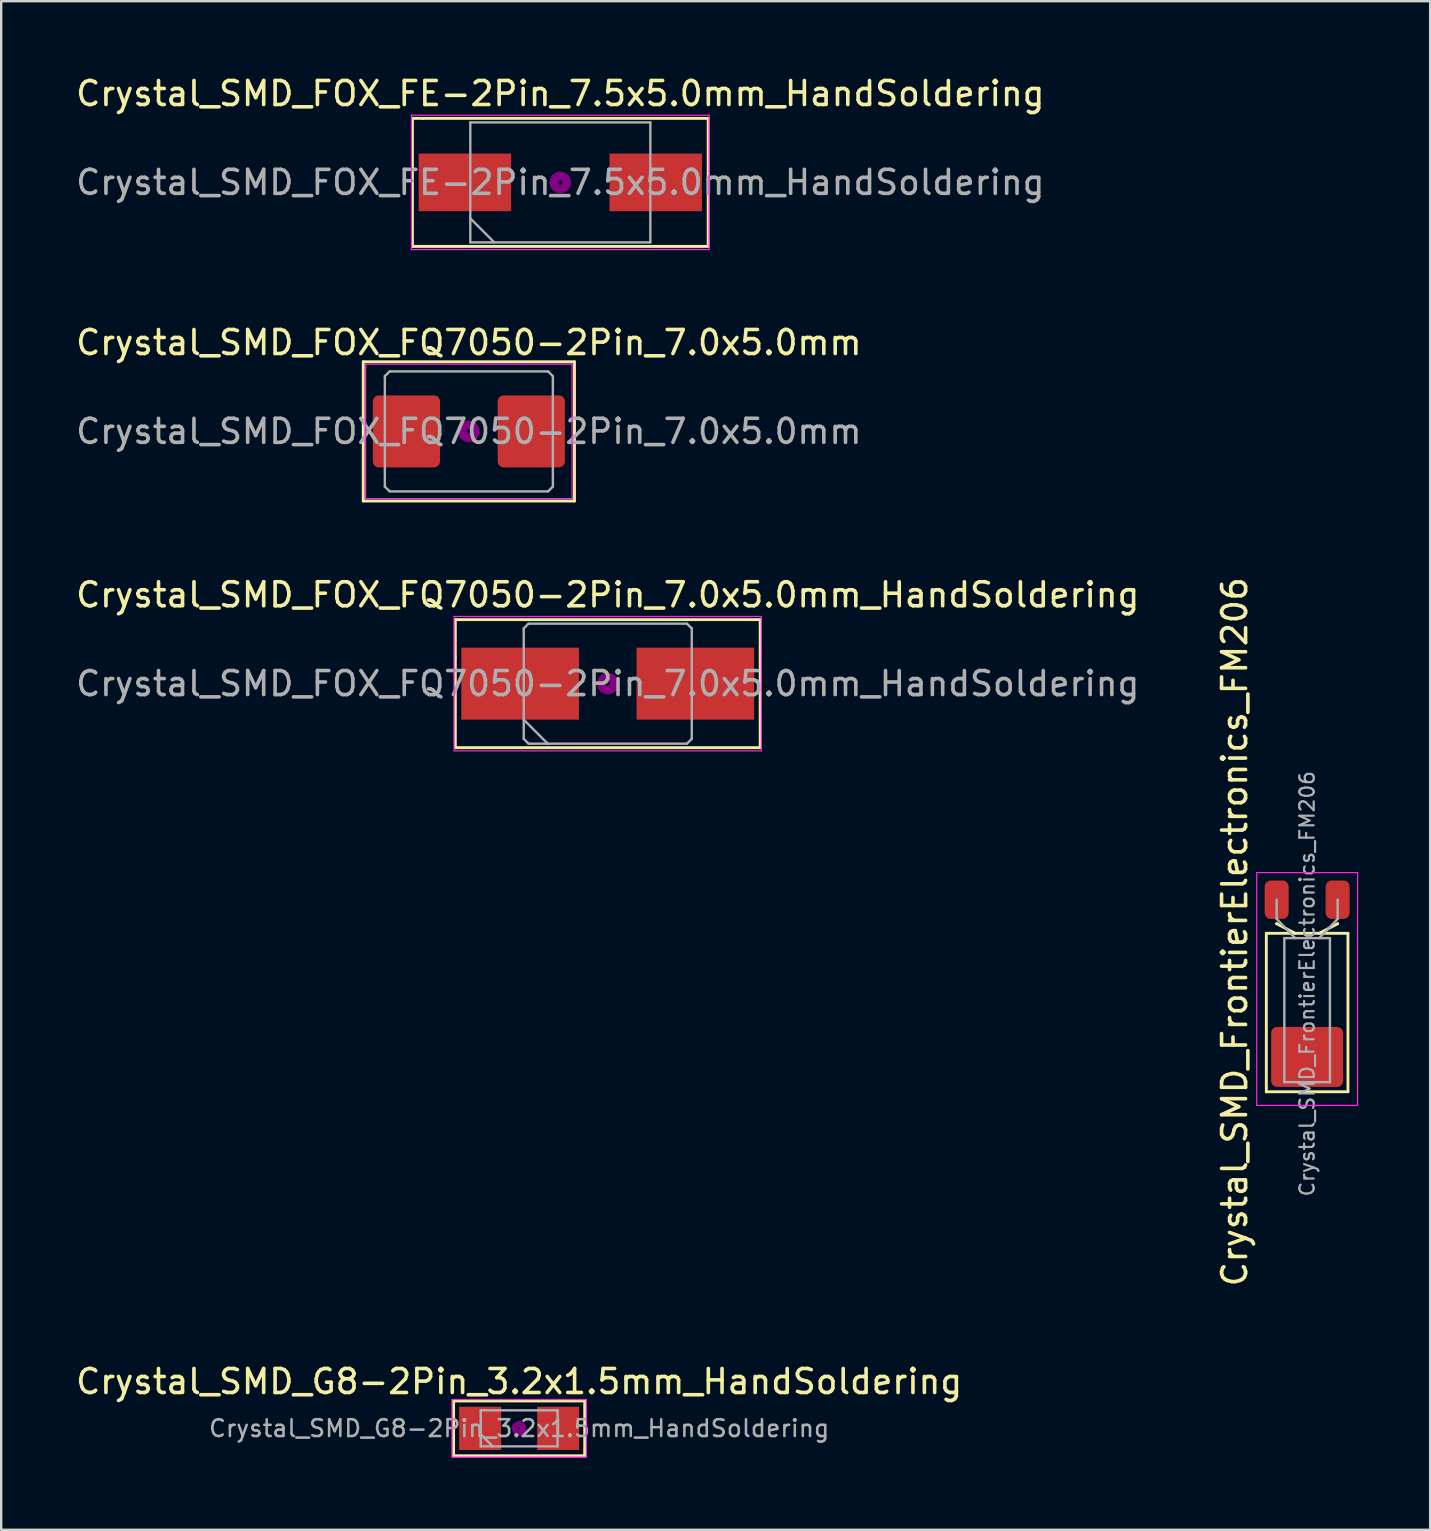
<source format=kicad_pcb>
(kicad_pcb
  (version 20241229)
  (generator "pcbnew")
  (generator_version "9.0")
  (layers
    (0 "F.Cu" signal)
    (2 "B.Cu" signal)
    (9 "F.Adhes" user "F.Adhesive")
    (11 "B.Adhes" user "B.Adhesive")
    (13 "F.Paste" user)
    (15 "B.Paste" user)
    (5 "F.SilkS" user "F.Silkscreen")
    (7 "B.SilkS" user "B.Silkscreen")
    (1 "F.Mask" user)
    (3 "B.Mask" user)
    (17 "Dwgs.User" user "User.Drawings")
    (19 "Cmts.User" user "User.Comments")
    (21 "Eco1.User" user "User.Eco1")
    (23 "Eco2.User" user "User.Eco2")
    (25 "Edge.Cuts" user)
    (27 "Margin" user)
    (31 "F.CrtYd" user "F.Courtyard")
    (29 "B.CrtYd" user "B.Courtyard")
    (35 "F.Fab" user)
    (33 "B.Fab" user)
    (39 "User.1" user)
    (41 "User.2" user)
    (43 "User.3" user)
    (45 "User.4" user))
  (footprint "Crystal_SMD_FOX_FE-2Pin_7.5x5.0mm_HandSoldering"
    (layer "F.Cu")
    (at 20.292 4.548)
    (property "Reference" "Crystal_SMD_FOX_FE-2Pin_7.5x5.0mm_HandSoldering" (at 0 -3.7 0) (layer "F.SilkS") (effects (font (size 1 1) (thickness 0.15))))
    (attr smd)
    (fp_line (start -6.16 -2.667) (end -6.16 2.667) (stroke (width 0.12) (type solid)) (layer "F.SilkS"))
    (fp_line (start -6.16 2.667) (end 6.16 2.667) (stroke (width 0.12) (type solid)) (layer "F.SilkS"))
    (fp_line (start -5.715 -2.667) (end -6.16 -2.667) (stroke (width 0.12) (type solid)) (layer "F.SilkS"))
    (fp_line (start 6.16 -2.667) (end -5.715 -2.667) (stroke (width 0.12) (type solid)) (layer "F.SilkS"))
    (fp_line (start 6.16 2.667) (end 6.16 -2.667) (stroke (width 0.12) (type solid)) (layer "F.SilkS"))
    (fp_circle (center 0 0) (end 0.093 0) (stroke (width 0.187) (type solid)) (fill no) (layer "F.Adhes"))
    (fp_circle (center 0 0) (end 0.213 0) (stroke (width 0.133) (type solid)) (fill no) (layer "F.Adhes"))
    (fp_circle (center 0 0) (end 0.333 0) (stroke (width 0.133) (type solid)) (fill no) (layer "F.Adhes"))
    (fp_circle (center 0 0) (end 0.4 0) (stroke (width 0.1) (type solid)) (fill no) (layer "F.Adhes"))
    (fp_line (start -6.2 -2.8) (end -6.2 2.8) (stroke (width 0.05) (type solid)) (layer "F.CrtYd"))
    (fp_line (start -6.2 2.8) (end 6.2 2.8) (stroke (width 0.05) (type solid)) (layer "F.CrtYd"))
    (fp_line (start 6.2 -2.8) (end -6.2 -2.8) (stroke (width 0.05) (type solid)) (layer "F.CrtYd"))
    (fp_line (start 6.2 2.8) (end 6.2 -2.8) (stroke (width 0.05) (type solid)) (layer "F.CrtYd"))
    (fp_line (start -3.75 -2.5) (end -3.75 2.5) (stroke (width 0.1) (type solid)) (layer "F.Fab"))
    (fp_line (start -3.75 1.5) (end -2.75 2.5) (stroke (width 0.1) (type solid)) (layer "F.Fab"))
    (fp_line (start -3.75 2.5) (end 3.75 2.5) (stroke (width 0.1) (type solid)) (layer "F.Fab"))
    (fp_line (start 3.75 -2.5) (end -3.75 -2.5) (stroke (width 0.1) (type solid)) (layer "F.Fab"))
    (fp_line (start 3.75 2.5) (end 3.75 -2.5) (stroke (width 0.1) (type solid)) (layer "F.Fab"))
    (fp_text user "${REFERENCE}" (at 0 0 0) (layer "F.Fab") (effects (font (size 1 1) (thickness 0.15))))
    (pad "1" smd rect (at -3.975 0) (size 3.85 2.4) (layers "F.Cu" "F.Mask" "F.Paste"))
    (pad "2" smd rect (at 3.975 0) (size 3.85 2.4) (layers "F.Cu" "F.Mask" "F.Paste")))
  (footprint "Crystal_SMD_FOX_FQ7050-2Pin_7.0x5.0mm_HandSoldering"
    (layer "F.Cu")
    (at 22.268 25.43)
    (property "Reference" "Crystal_SMD_FOX_FQ7050-2Pin_7.0x5.0mm_HandSoldering" (at 0 -3.7 0) (layer "F.SilkS") (effects (font (size 1 1) (thickness 0.15))))
    (attr smd)
    (fp_line (start -6.35 -2.667) (end -6.35 -1.079) (stroke (width 0.12) (type solid)) (layer "F.SilkS"))
    (fp_line (start -6.35 -1.079) (end -6.35 2.667) (stroke (width 0.12) (type solid)) (layer "F.SilkS"))
    (fp_line (start -6.35 2.667) (end 6.35 2.667) (stroke (width 0.12) (type solid)) (layer "F.SilkS"))
    (fp_line (start 6.35 -2.667) (end -6.35 -2.667) (stroke (width 0.12) (type solid)) (layer "F.SilkS"))
    (fp_line (start 6.35 2.667) (end 6.35 -2.667) (stroke (width 0.12) (type solid)) (layer "F.SilkS"))
    (fp_circle (center 0 0) (end 0.093 0) (stroke (width 0.187) (type solid)) (fill no) (layer "F.Adhes"))
    (fp_circle (center 0 0) (end 0.213 0) (stroke (width 0.133) (type solid)) (fill no) (layer "F.Adhes"))
    (fp_circle (center 0 0) (end 0.333 0) (stroke (width 0.133) (type solid)) (fill no) (layer "F.Adhes"))
    (fp_circle (center 0 0) (end 0.4 0) (stroke (width 0.1) (type solid)) (fill no) (layer "F.Adhes"))
    (fp_line (start -6.4 -2.8) (end -6.4 2.8) (stroke (width 0.05) (type solid)) (layer "F.CrtYd"))
    (fp_line (start -6.4 2.8) (end 6.4 2.8) (stroke (width 0.05) (type solid)) (layer "F.CrtYd"))
    (fp_line (start 6.4 -2.8) (end -6.4 -2.8) (stroke (width 0.05) (type solid)) (layer "F.CrtYd"))
    (fp_line (start 6.4 2.8) (end 6.4 -2.8) (stroke (width 0.05) (type solid)) (layer "F.CrtYd"))
    (fp_line (start -3.5 -2.3) (end -3.3 -2.5) (stroke (width 0.1) (type solid)) (layer "F.Fab"))
    (fp_line (start -3.5 1.5) (end -2.5 2.5) (stroke (width 0.1) (type solid)) (layer "F.Fab"))
    (fp_line (start -3.5 2.3) (end -3.5 -2.3) (stroke (width 0.1) (type solid)) (layer "F.Fab"))
    (fp_line (start -3.3 -2.5) (end 3.3 -2.5) (stroke (width 0.1) (type solid)) (layer "F.Fab"))
    (fp_line (start -3.3 2.5) (end -3.5 2.3) (stroke (width 0.1) (type solid)) (layer "F.Fab"))
    (fp_line (start 3.3 -2.5) (end 3.5 -2.3) (stroke (width 0.1) (type solid)) (layer "F.Fab"))
    (fp_line (start 3.3 2.5) (end -3.3 2.5) (stroke (width 0.1) (type solid)) (layer "F.Fab"))
    (fp_line (start 3.5 -2.3) (end 3.5 2.3) (stroke (width 0.1) (type solid)) (layer "F.Fab"))
    (fp_line (start 3.5 2.3) (end 3.3 2.5) (stroke (width 0.1) (type solid)) (layer "F.Fab"))
    (fp_text user "${REFERENCE}" (at 0 0 0) (layer "F.Fab") (effects (font (size 1 1) (thickness 0.15))))
    (pad "1" smd rect (at -3.65 0) (size 4.9 3) (layers "F.Cu" "F.Mask" "F.Paste"))
    (pad "2" smd rect (at 3.65 0) (size 4.9 3) (layers "F.Cu" "F.Mask" "F.Paste")))
  (footprint "Crystal_SMD_G8-2Pin_3.2x1.5mm_HandSoldering"
    (layer "F.Cu")
    (at 18.577 56.454)
    (property "Reference" "Crystal_SMD_G8-2Pin_3.2x1.5mm_HandSoldering" (at 0 -1.95 0) (layer "F.SilkS") (effects (font (size 1 1) (thickness 0.15))))
    (attr smd)
    (fp_line (start -2.731 -1.143) (end -2.731 1.143) (stroke (width 0.12) (type solid)) (layer "F.SilkS"))
    (fp_line (start -2.731 1.143) (end 2.731 1.143) (stroke (width 0.12) (type solid)) (layer "F.SilkS"))
    (fp_line (start 2.731 -1.143) (end -2.731 -1.143) (stroke (width 0.12) (type solid)) (layer "F.SilkS"))
    (fp_line (start 2.731 1.143) (end 2.731 -1.143) (stroke (width 0.12) (type solid)) (layer "F.SilkS"))
    (fp_circle (center 0 0) (end 0.058 0) (stroke (width 0.117) (type solid)) (fill no) (layer "F.Adhes"))
    (fp_circle (center 0 0) (end 0.133 0) (stroke (width 0.083) (type solid)) (fill no) (layer "F.Adhes"))
    (fp_circle (center 0 0) (end 0.208 0) (stroke (width 0.083) (type solid)) (fill no) (layer "F.Adhes"))
    (fp_circle (center 0 0) (end 0.25 0) (stroke (width 0.1) (type solid)) (fill no) (layer "F.Adhes"))
    (fp_line (start -2.8 -1.2) (end -2.8 1.2) (stroke (width 0.05) (type solid)) (layer "F.CrtYd"))
    (fp_line (start -2.8 1.2) (end 2.8 1.2) (stroke (width 0.05) (type solid)) (layer "F.CrtYd"))
    (fp_line (start 2.8 -1.2) (end -2.8 -1.2) (stroke (width 0.05) (type solid)) (layer "F.CrtYd"))
    (fp_line (start 2.8 1.2) (end 2.8 -1.2) (stroke (width 0.05) (type solid)) (layer "F.CrtYd"))
    (fp_line (start -1.6 -0.75) (end -1.6 0.75) (stroke (width 0.1) (type solid)) (layer "F.Fab"))
    (fp_line (start -1.6 0.25) (end -1.1 0.75) (stroke (width 0.1) (type solid)) (layer "F.Fab"))
    (fp_line (start -1.6 0.75) (end 1.6 0.75) (stroke (width 0.1) (type solid)) (layer "F.Fab"))
    (fp_line (start 1.6 -0.75) (end -1.6 -0.75) (stroke (width 0.1) (type solid)) (layer "F.Fab"))
    (fp_line (start 1.6 0.75) (end 1.6 -0.75) (stroke (width 0.1) (type solid)) (layer "F.Fab"))
    (fp_text user "${REFERENCE}" (at 0 0 0) (layer "F.Fab") (effects (font (size 0.7 0.7) (thickness 0.105))))
    (pad "1" smd rect (at -1.625 0) (size 1.75 1.8) (layers "F.Cu" "F.Mask" "F.Paste"))
    (pad "2" smd rect (at 1.625 0) (size 1.75 1.8) (layers "F.Cu" "F.Mask" "F.Paste")))
  (footprint "Crystal_SMD_FOX_FQ7050-2Pin_7.0x5.0mm"
    (layer "F.Cu")
    (at 16.482 14.921)
    (property "Reference" "Crystal_SMD_FOX_FQ7050-2Pin_7.0x5.0mm" (at 0 -3.7 0) (layer "F.SilkS") (effects (font (size 1 1) (thickness 0.15))))
    (attr smd)
    (fp_line (start -4.4 -2.9) (end -4.4 2.9) (stroke (width 0.12) (type solid)) (layer "F.SilkS"))
    (fp_line (start -4.4 2.9) (end 4.4 2.9) (stroke (width 0.12) (type solid)) (layer "F.SilkS"))
    (fp_line (start 4.4 -2.9) (end -4.4 -2.9) (stroke (width 0.12) (type solid)) (layer "F.SilkS"))
    (fp_line (start 4.4 2.9) (end 4.4 -2.9) (stroke (width 0.12) (type solid)) (layer "F.SilkS"))
    (fp_circle (center 0 0) (end 0.093 0) (stroke (width 0.187) (type solid)) (fill no) (layer "F.Adhes"))
    (fp_circle (center 0 0) (end 0.213 0) (stroke (width 0.133) (type solid)) (fill no) (layer "F.Adhes"))
    (fp_circle (center 0 0) (end 0.333 0) (stroke (width 0.133) (type solid)) (fill no) (layer "F.Adhes"))
    (fp_circle (center 0 0) (end 0.4 0) (stroke (width 0.1) (type solid)) (fill no) (layer "F.Adhes"))
    (fp_line (start -4.3 -2.8) (end -4.3 2.8) (stroke (width 0.05) (type solid)) (layer "F.CrtYd"))
    (fp_line (start -4.3 2.8) (end 4.3 2.8) (stroke (width 0.05) (type solid)) (layer "F.CrtYd"))
    (fp_line (start 4.3 -2.8) (end -4.3 -2.8) (stroke (width 0.05) (type solid)) (layer "F.CrtYd"))
    (fp_line (start 4.3 2.8) (end 4.3 -2.8) (stroke (width 0.05) (type solid)) (layer "F.CrtYd"))
    (fp_line (start -3.5 -2.3) (end -3.3 -2.5) (stroke (width 0.1) (type solid)) (layer "F.Fab"))
    (fp_line (start -3.5 2.3) (end -3.5 -2.3) (stroke (width 0.1) (type solid)) (layer "F.Fab"))
    (fp_line (start -3.3 -2.5) (end 3.3 -2.5) (stroke (width 0.1) (type solid)) (layer "F.Fab"))
    (fp_line (start -3.3 2.5) (end -3.5 2.3) (stroke (width 0.1) (type solid)) (layer "F.Fab"))
    (fp_line (start 3.3 -2.5) (end 3.5 -2.3) (stroke (width 0.1) (type solid)) (layer "F.Fab"))
    (fp_line (start 3.3 2.5) (end -3.3 2.5) (stroke (width 0.1) (type solid)) (layer "F.Fab"))
    (fp_line (start 3.5 -2.3) (end 3.5 2.3) (stroke (width 0.1) (type solid)) (layer "F.Fab"))
    (fp_line (start 3.5 2.3) (end 3.3 2.5) (stroke (width 0.1) (type solid)) (layer "F.Fab"))
    (fp_text user "${REFERENCE}" (at 0 0 0) (layer "F.Fab") (effects (font (size 1 1) (thickness 0.15))))
    (pad "1" smd roundrect (at -2.6 0) (size 2.8 3) (layers "F.Cu" "F.Mask" "F.Paste") (roundrect_rratio 0.089))
    (pad "2" smd roundrect (at 2.6 0) (size 2.8 3) (layers "F.Cu" "F.Mask" "F.Paste") (roundrect_rratio 0.089)))
  (footprint "Crystal_SMD_FrontierElectronics_FM206"
    (layer "F.Cu")
    (at 51.404 37.931)
    (property "Reference" "Crystal_SMD_FrontierElectronics_FM206" (at -3.02 -2.163 90) (layer "F.SilkS") (effects (font (size 1 1) (thickness 0.15))))
    (attr smd)
    (fp_line (start -1.7 -2.1) (end -1.7 4.5) (stroke (width 0.12) (type solid)) (layer "F.SilkS"))
    (fp_line (start -1.7 4.5) (end 1.7 4.5) (stroke (width 0.12) (type solid)) (layer "F.SilkS"))
    (fp_line (start -1.27 -2.5) (end -1.27 -2.5) (stroke (width 0.12) (type solid)) (layer "F.SilkS"))
    (fp_line (start -0.5 -2.1) (end -1.27 -2.5) (stroke (width 0.12) (type solid)) (layer "F.SilkS"))
    (fp_line (start 0.5 -2.1) (end 1.27 -2.5) (stroke (width 0.12) (type solid)) (layer "F.SilkS"))
    (fp_line (start 1.27 -2.5) (end 1.27 -2.5) (stroke (width 0.12) (type solid)) (layer "F.SilkS"))
    (fp_line (start 1.7 -2.1) (end -1.7 -2.1) (stroke (width 0.12) (type solid)) (layer "F.SilkS"))
    (fp_line (start 1.7 4.5) (end 1.7 -2.1) (stroke (width 0.12) (type solid)) (layer "F.SilkS"))
    (fp_line (start -2.1 -4.63) (end -2.1 5.07) (stroke (width 0.05) (type solid)) (layer "F.CrtYd"))
    (fp_line (start -2.1 5.07) (end 2.1 5.07) (stroke (width 0.05) (type solid)) (layer "F.CrtYd"))
    (fp_line (start 2.1 -4.63) (end -2.1 -4.63) (stroke (width 0.05) (type solid)) (layer "F.CrtYd"))
    (fp_line (start 2.1 5.07) (end 2.1 -4.63) (stroke (width 0.05) (type solid)) (layer "F.CrtYd"))
    (fp_line (start -1.27 -2.7) (end -1.27 -3.5) (stroke (width 0.1) (type solid)) (layer "F.Fab"))
    (fp_line (start -0.95 -1.9) (end -0.95 4.1) (stroke (width 0.1) (type solid)) (layer "F.Fab"))
    (fp_line (start -0.95 4.1) (end 0.95 4.1) (stroke (width 0.1) (type solid)) (layer "F.Fab"))
    (fp_line (start -0.5 -1.9) (end -1.27 -2.7) (stroke (width 0.1) (type solid)) (layer "F.Fab"))
    (fp_line (start 0.5 -1.9) (end 1.27 -2.7) (stroke (width 0.1) (type solid)) (layer "F.Fab"))
    (fp_line (start 0.95 -1.9) (end -0.95 -1.9) (stroke (width 0.1) (type solid)) (layer "F.Fab"))
    (fp_line (start 0.95 4.1) (end 0.95 -1.9) (stroke (width 0.1) (type solid)) (layer "F.Fab"))
    (fp_line (start 1.27 -2.7) (end 1.27 -3.5) (stroke (width 0.1) (type solid)) (layer "F.Fab"))
    (fp_text user "${REFERENCE}" (at 0 0 90) (layer "F.Fab") (effects (font (size 0.6 0.6) (thickness 0.09))))
    (pad "1" smd roundrect (at -1.27 -3.5) (size 1 1.6) (layers "F.Cu" "F.Mask" "F.Paste") (roundrect_rratio 0.25))
    (pad "2" smd roundrect (at 1.27 -3.5) (size 1 1.6) (layers "F.Cu" "F.Mask" "F.Paste") (roundrect_rratio 0.25))
    (pad "3" smd roundrect (at 0 3.05) (size 3 2.5) (layers "F.Cu" "F.Mask" "F.Paste") (roundrect_rratio 0.1)))
  (gr_rect
    (start -3 -3)
    (end 56.529 60.679)
    (stroke (width 0.1) (type default))
    (fill no)
    (layer "Edge.Cuts")))
</source>
